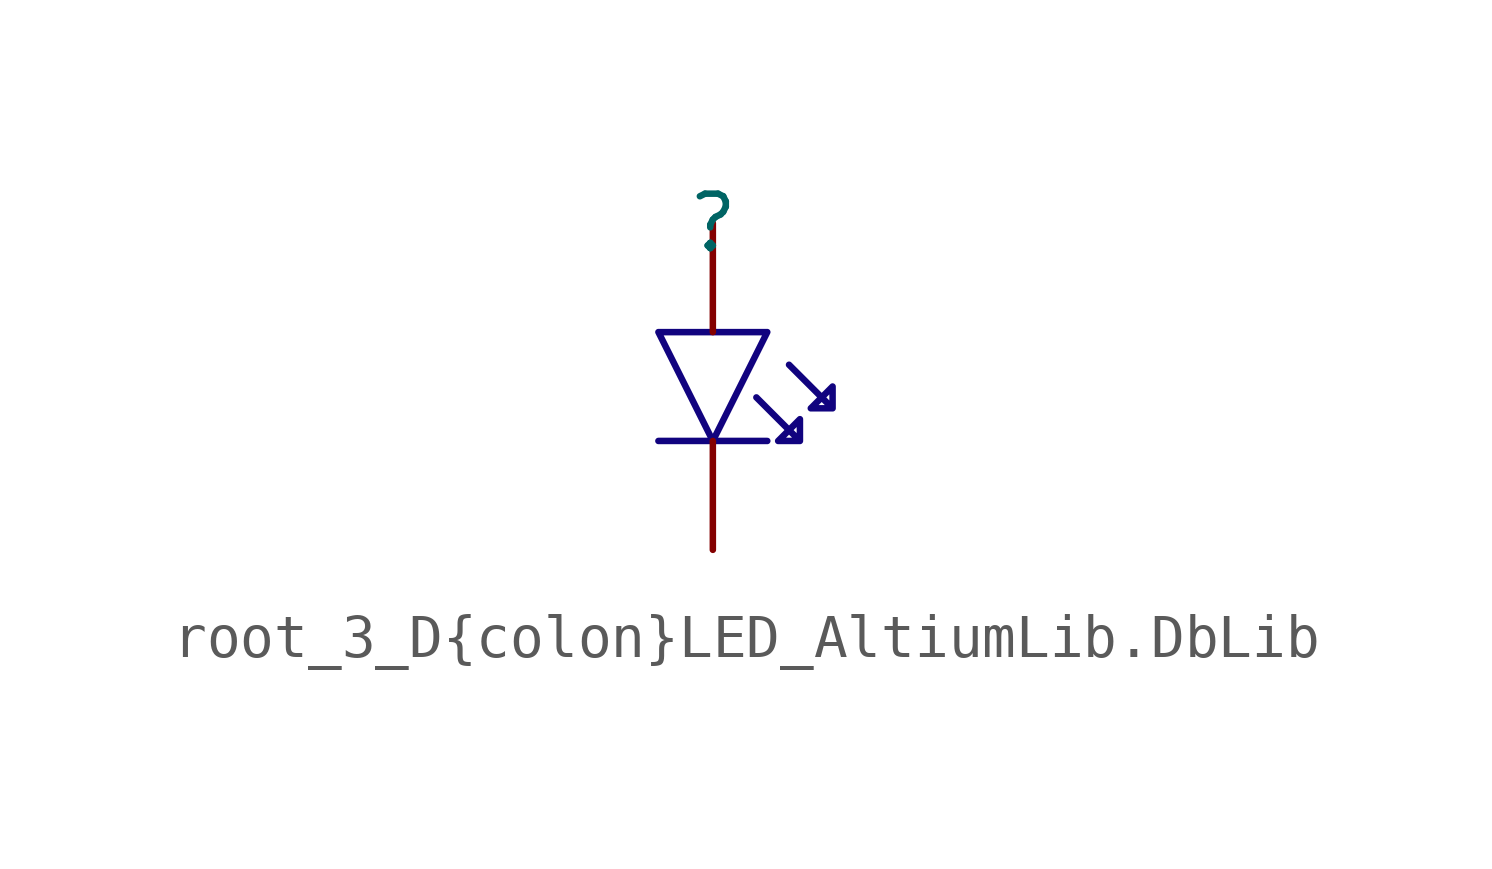
<source format=kicad_sym>
(kicad_symbol_lib
  (version 20241209)
  (generator "kicad_symbol_editor")
  (generator_version "9.0")
  (symbol "root_3_D{colon}LED_AltiumLib.DbLib"
    (pin_numbers
      (hide yes))
    (pin_names
      (hide yes))
    (property "Reference" ""
      (at 0 0 0)
      (effects (font (size 1.27 1.27))))
    (property "Value" ""
      (at 0 0 0)
      (effects (font (size 1.27 1.27))))
    (symbol "root_3_D{colon}LED_AltiumLib.DbLib_1_0"
      (polyline (pts (xy -1.27 -2.54) (xy 0 -5.08) (xy 1.27 -2.54) (xy -1.27 -2.54)) (stroke (width 0) (type solid) (color 17 3 127 1)) (fill (type none)))
      (polyline (pts (xy -1.27 -5.08) (xy 0 -5.08)) (stroke (width 0) (type solid) (color 17 3 127 1)) (fill (type none)))
      (polyline (pts (xy 0 -5.08) (xy 1.27 -5.08)) (stroke (width 0) (type solid) (color 17 3 127 1)) (fill (type none)))
      (polyline (pts (xy 1.016 -4.064) (xy 2.032 -5.08) (xy 2.032 -4.572) (xy 1.524 -5.08) (xy 2.032 -5.08)) (stroke (width 0) (type solid) (color 17 3 127 1)) (fill (type none)))
      (polyline (pts (xy 1.778 -3.302) (xy 2.794 -4.318) (xy 2.794 -3.81) (xy 2.286 -4.318) (xy 2.794 -4.318)) (stroke (width 0) (type solid) (color 17 3 127 1)) (fill (type none)))
      (pin passive line (at 0 0 270) (length 2.54) (name "A" (effects (font (size 1.27 1.27)))) (number "2" (effects (font (size 1.27 1.27)))))
      (pin passive line (at 0 -7.62 90) (length 2.54) (name "C" (effects (font (size 1.27 1.27)))) (number "1" (effects (font (size 1.27 1.27))))))))
</source>
